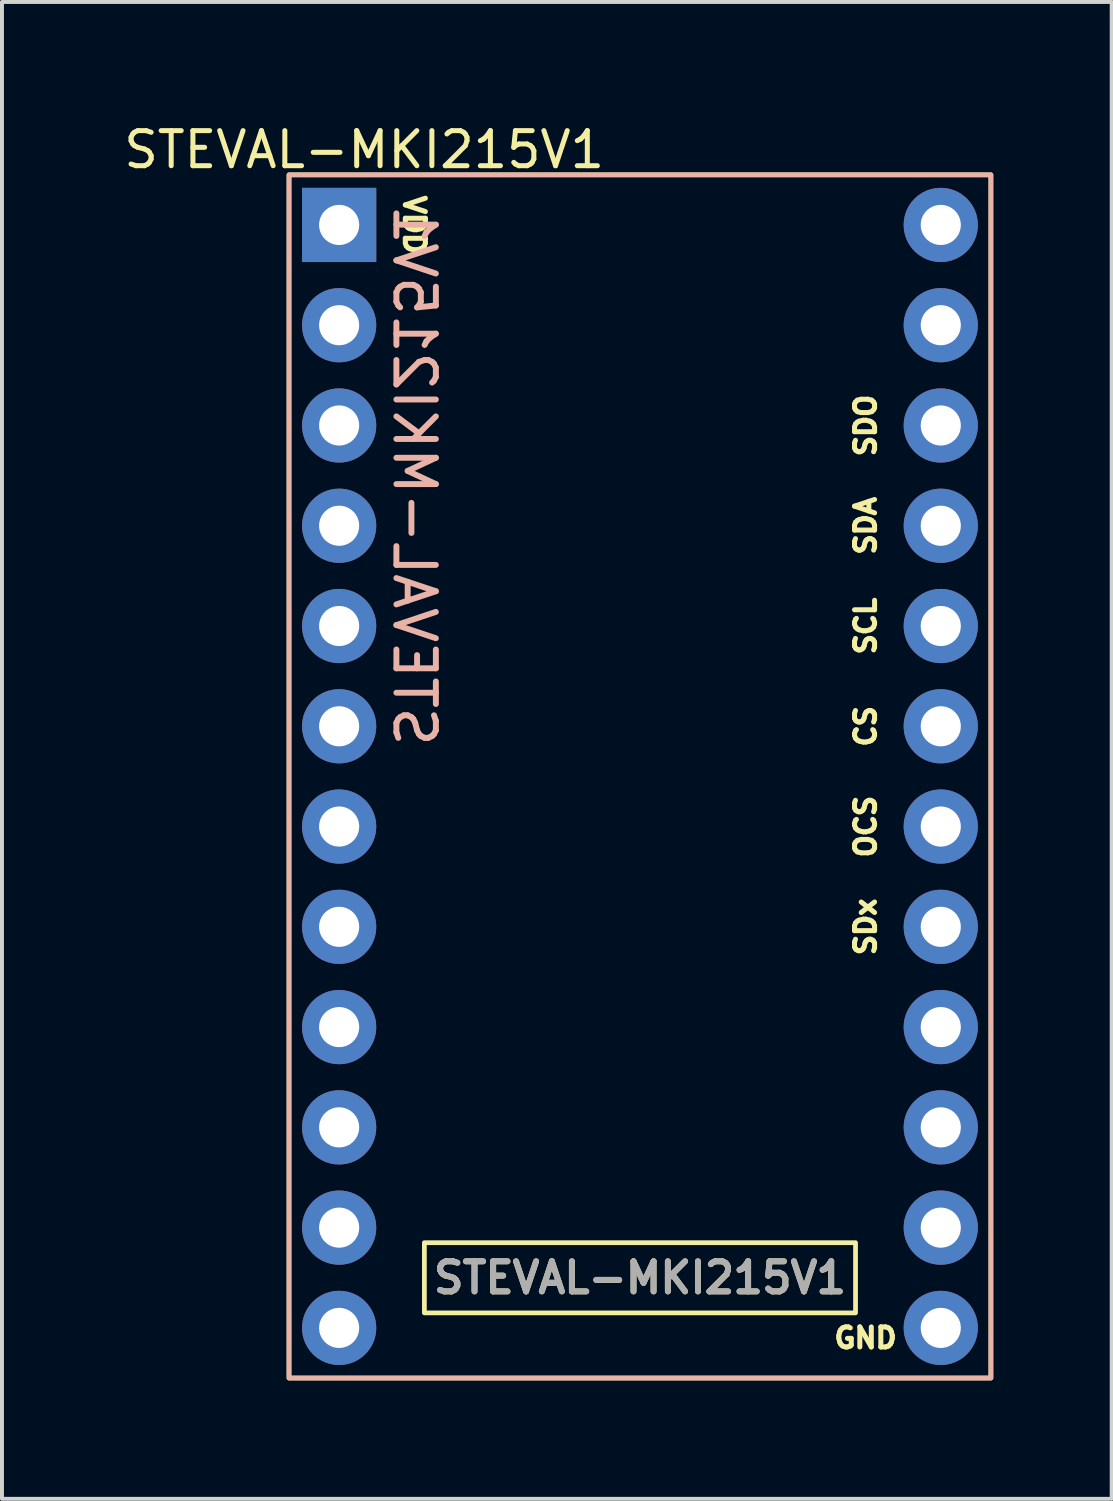
<source format=kicad_pcb>
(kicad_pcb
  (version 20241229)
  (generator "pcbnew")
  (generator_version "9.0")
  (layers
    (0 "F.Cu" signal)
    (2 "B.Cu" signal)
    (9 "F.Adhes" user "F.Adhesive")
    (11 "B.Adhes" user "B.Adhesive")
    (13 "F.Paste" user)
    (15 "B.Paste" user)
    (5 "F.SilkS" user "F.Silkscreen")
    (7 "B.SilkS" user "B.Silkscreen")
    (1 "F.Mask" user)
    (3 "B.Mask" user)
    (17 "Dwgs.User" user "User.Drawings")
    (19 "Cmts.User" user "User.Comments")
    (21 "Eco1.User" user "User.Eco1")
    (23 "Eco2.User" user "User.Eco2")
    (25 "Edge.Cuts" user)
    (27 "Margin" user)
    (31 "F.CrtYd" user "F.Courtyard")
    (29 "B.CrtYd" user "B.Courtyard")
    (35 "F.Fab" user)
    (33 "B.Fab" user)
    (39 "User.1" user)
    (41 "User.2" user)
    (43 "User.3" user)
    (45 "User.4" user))
  (footprint "STEVAL-MKI215V1"
    (layer "F.Cu")
    (at 13.161 16.618)
    (property "Reference" "STEVAL-MKI215V1" (at -6.985 -15.875 0) (unlocked yes) (layer "F.SilkS") (effects (font (size 0.889 0.889) (thickness 0.127))))
    (attr through_hole)
    (fp_rect (start -8.89 -15.24) (end 8.89 15.24) (stroke (width 0.12) (type solid)) (fill no) (layer "F.SilkS"))
    (fp_rect (start -5.461 11.811) (end 5.461 13.589) (stroke (width 0.12) (type solid)) (fill no) (layer "F.SilkS"))
    (fp_rect (start 8.89 -15.24) (end -8.89 15.24) (stroke (width 0.12) (type solid)) (fill no) (layer "B.SilkS"))
    (fp_text user "SCL" (at 5.715 -3.81 90) (unlocked yes) (layer "F.SilkS") (effects (font (size 0.508 0.508) (thickness 0.127))))
    (fp_text user "VDD" (at -5.715 -13.97 270) (unlocked yes) (layer "F.SilkS") (effects (font (size 0.508 0.508) (thickness 0.127))))
    (fp_text user "CS" (at 5.715 -1.27 90) (unlocked yes) (layer "F.SilkS") (effects (font (size 0.508 0.508) (thickness 0.127))))
    (fp_text user "SDO" (at 5.715 -8.89 90) (unlocked yes) (layer "F.SilkS") (effects (font (size 0.508 0.508) (thickness 0.127))))
    (fp_text user "SDx" (at 5.715 3.81 90) (unlocked yes) (layer "F.SilkS") (effects (font (size 0.508 0.508) (thickness 0.127))))
    (fp_text user "STEVAL-MKI215V1" (at 0 12.7 0) (unlocked yes) (layer "F.SilkS") (effects (font (size 0.762 0.762) (thickness 0.15))))
    (fp_text user "SDA" (at 5.715 -6.35 90) (unlocked yes) (layer "F.SilkS") (effects (font (size 0.508 0.508) (thickness 0.127))))
    (fp_text user "OCS" (at 5.715 1.27 90) (unlocked yes) (layer "F.SilkS") (effects (font (size 0.508 0.508) (thickness 0.127))))
    (fp_text user "GND" (at 5.715 14.224 0) (unlocked yes) (layer "F.SilkS") (effects (font (size 0.508 0.508) (thickness 0.127))))
    (fp_text user "STEVAL-MKI215V1" (at -5.715 -7.62 270) (unlocked yes) (layer "B.SilkS") (effects (font (size 1 1) (thickness 0.15)) (justify mirror)))
    (fp_text user "STEVAL-MKI215V1" (at 0 12.7 0) (unlocked yes) (layer "F.Fab") (effects (font (size 0.762 0.762) (thickness 0.15))))
    (pad "1" thru_hole rect (at -7.62 -13.97) (size 1.88 1.88) (drill 1.016) (layers "*.Cu" "*.Mask"))
    (pad "2" thru_hole circle (at -7.62 -11.43) (size 1.88 1.88) (drill 1.016) (layers "*.Cu" "*.Mask"))
    (pad "3" thru_hole circle (at -7.62 -8.89) (size 1.88 1.88) (drill 1.016) (layers "*.Cu" "*.Mask"))
    (pad "4" thru_hole circle (at -7.62 -6.35) (size 1.88 1.88) (drill 1.016) (layers "*.Cu" "*.Mask"))
    (pad "5" thru_hole circle (at -7.62 -3.81) (size 1.88 1.88) (drill 1.016) (layers "*.Cu" "*.Mask"))
    (pad "6" thru_hole circle (at -7.62 -1.27) (size 1.88 1.88) (drill 1.016) (layers "*.Cu" "*.Mask"))
    (pad "7" thru_hole circle (at -7.62 1.27) (size 1.88 1.88) (drill 1.016) (layers "*.Cu" "*.Mask"))
    (pad "8" thru_hole circle (at -7.62 3.81) (size 1.88 1.88) (drill 1.016) (layers "*.Cu" "*.Mask"))
    (pad "9" thru_hole circle (at -7.62 6.35) (size 1.88 1.88) (drill 1.016) (layers "*.Cu" "*.Mask"))
    (pad "10" thru_hole circle (at -7.62 8.89) (size 1.88 1.88) (drill 1.016) (layers "*.Cu" "*.Mask"))
    (pad "11" thru_hole circle (at -7.62 11.43) (size 1.88 1.88) (drill 1.016) (layers "*.Cu" "*.Mask"))
    (pad "12" thru_hole circle (at -7.62 13.97) (size 1.88 1.88) (drill 1.016) (layers "*.Cu" "*.Mask"))
    (pad "13" thru_hole circle (at 7.62 13.97) (size 1.88 1.88) (drill 1.016) (layers "*.Cu" "*.Mask"))
    (pad "14" thru_hole circle (at 7.62 11.43) (size 1.88 1.88) (drill 1.016) (layers "*.Cu" "*.Mask"))
    (pad "15" thru_hole circle (at 7.62 8.89) (size 1.88 1.88) (drill 1.016) (layers "*.Cu" "*.Mask"))
    (pad "16" thru_hole circle (at 7.62 6.35) (size 1.88 1.88) (drill 1.016) (layers "*.Cu" "*.Mask"))
    (pad "17" thru_hole circle (at 7.62 3.81) (size 1.88 1.88) (drill 1.016) (layers "*.Cu" "*.Mask"))
    (pad "18" thru_hole circle (at 7.62 1.27) (size 1.88 1.88) (drill 1.016) (layers "*.Cu" "*.Mask"))
    (pad "19" thru_hole circle (at 7.62 -1.27) (size 1.88 1.88) (drill 1.016) (layers "*.Cu" "*.Mask"))
    (pad "20" thru_hole circle (at 7.62 -3.81) (size 1.88 1.88) (drill 1.016) (layers "*.Cu" "*.Mask"))
    (pad "21" thru_hole circle (at 7.62 -6.35) (size 1.88 1.88) (drill 1.016) (layers "*.Cu" "*.Mask"))
    (pad "22" thru_hole circle (at 7.62 -8.89) (size 1.88 1.88) (drill 1.016) (layers "*.Cu" "*.Mask"))
    (pad "23" thru_hole circle (at 7.62 -11.43) (size 1.88 1.88) (drill 1.016) (layers "*.Cu" "*.Mask"))
    (pad "24" thru_hole circle (at 7.62 -13.97) (size 1.88 1.88) (drill 1.016) (layers "*.Cu" "*.Mask")))
  (gr_rect
    (start -3 -3)
    (end 25.111 34.918)
    (stroke (width 0.1) (type default))
    (fill no)
    (layer "Edge.Cuts")))
</source>
